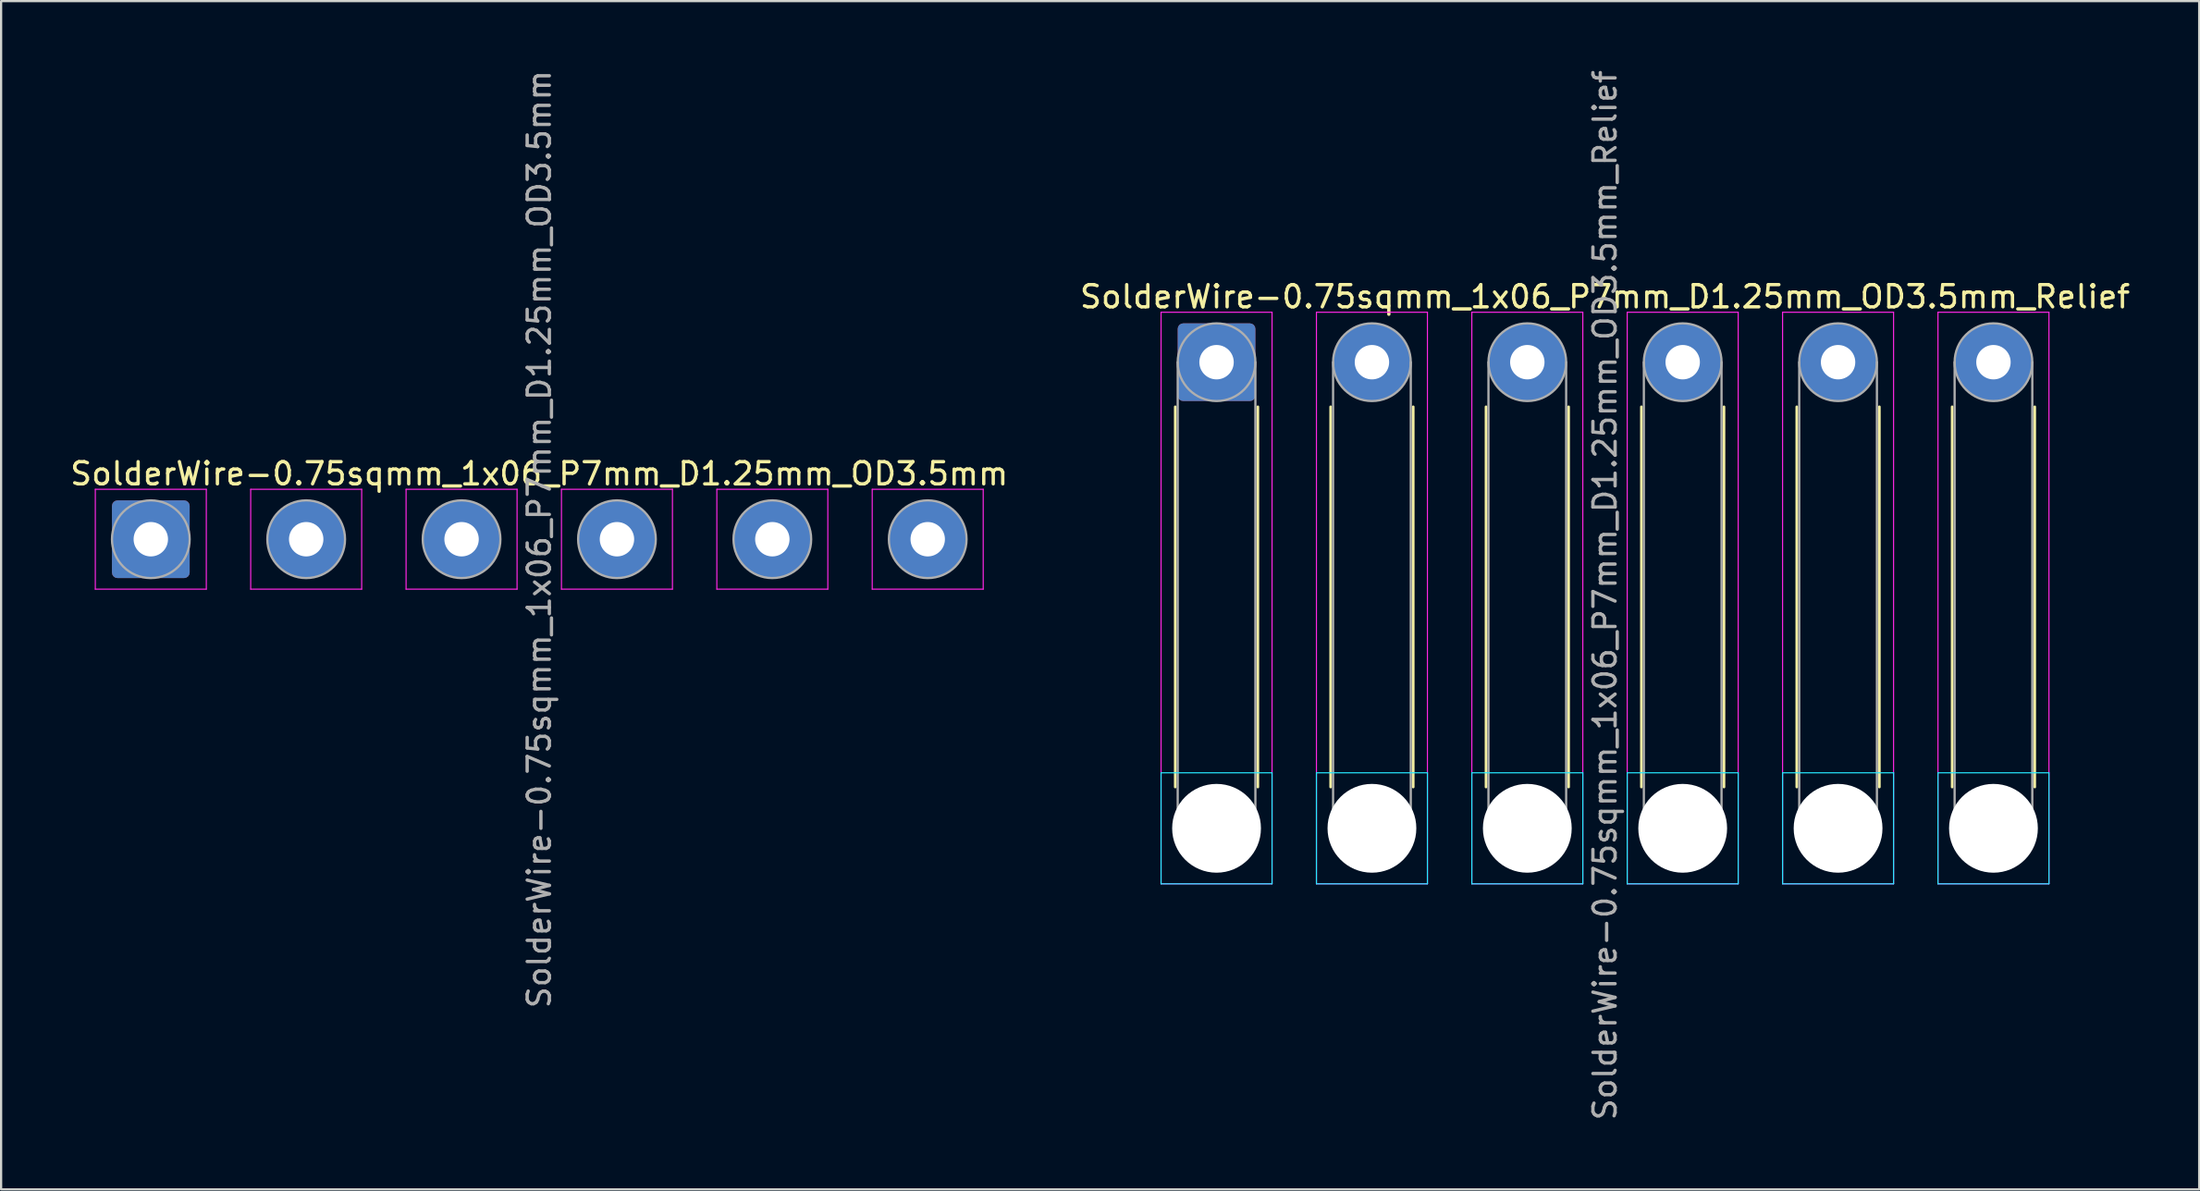
<source format=kicad_pcb>
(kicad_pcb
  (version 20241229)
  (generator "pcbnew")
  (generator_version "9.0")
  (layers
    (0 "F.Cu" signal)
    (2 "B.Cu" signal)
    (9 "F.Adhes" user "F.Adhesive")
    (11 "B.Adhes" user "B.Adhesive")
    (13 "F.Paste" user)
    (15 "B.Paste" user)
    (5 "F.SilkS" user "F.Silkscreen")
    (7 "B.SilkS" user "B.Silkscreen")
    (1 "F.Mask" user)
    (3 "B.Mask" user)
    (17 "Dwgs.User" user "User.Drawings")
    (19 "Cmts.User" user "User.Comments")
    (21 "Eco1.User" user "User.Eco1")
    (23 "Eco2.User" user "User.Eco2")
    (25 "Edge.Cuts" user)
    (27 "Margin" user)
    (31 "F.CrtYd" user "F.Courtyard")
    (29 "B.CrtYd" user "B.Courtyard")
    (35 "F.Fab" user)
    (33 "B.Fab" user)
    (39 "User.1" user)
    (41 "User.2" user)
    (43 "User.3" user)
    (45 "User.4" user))
  (footprint "SolderWire-0.75sqmm_1x06_P7mm_D1.25mm_OD3.5mm"
    (layer "F.Cu")
    (at 3.744 21.244)
    (property "Reference" "SolderWire-0.75sqmm_1x06_P7mm_D1.25mm_OD3.5mm" (at 17.5 -2.95 0) (layer "F.SilkS") (effects (font (size 1 1) (thickness 0.15))))
    (attr exclude_from_pos_files exclude_from_bom)
    (fp_line (start -2.5 -2.25) (end -2.5 2.25) (stroke (width 0.05) (type solid)) (layer "F.CrtYd"))
    (fp_line (start -2.5 2.25) (end 2.5 2.25) (stroke (width 0.05) (type solid)) (layer "F.CrtYd"))
    (fp_line (start 2.5 -2.25) (end -2.5 -2.25) (stroke (width 0.05) (type solid)) (layer "F.CrtYd"))
    (fp_line (start 2.5 2.25) (end 2.5 -2.25) (stroke (width 0.05) (type solid)) (layer "F.CrtYd"))
    (fp_line (start 4.5 -2.25) (end 4.5 2.25) (stroke (width 0.05) (type solid)) (layer "F.CrtYd"))
    (fp_line (start 4.5 2.25) (end 9.5 2.25) (stroke (width 0.05) (type solid)) (layer "F.CrtYd"))
    (fp_line (start 9.5 -2.25) (end 4.5 -2.25) (stroke (width 0.05) (type solid)) (layer "F.CrtYd"))
    (fp_line (start 9.5 2.25) (end 9.5 -2.25) (stroke (width 0.05) (type solid)) (layer "F.CrtYd"))
    (fp_line (start 11.5 -2.25) (end 11.5 2.25) (stroke (width 0.05) (type solid)) (layer "F.CrtYd"))
    (fp_line (start 11.5 2.25) (end 16.5 2.25) (stroke (width 0.05) (type solid)) (layer "F.CrtYd"))
    (fp_line (start 16.5 -2.25) (end 11.5 -2.25) (stroke (width 0.05) (type solid)) (layer "F.CrtYd"))
    (fp_line (start 16.5 2.25) (end 16.5 -2.25) (stroke (width 0.05) (type solid)) (layer "F.CrtYd"))
    (fp_line (start 18.5 -2.25) (end 18.5 2.25) (stroke (width 0.05) (type solid)) (layer "F.CrtYd"))
    (fp_line (start 18.5 2.25) (end 23.5 2.25) (stroke (width 0.05) (type solid)) (layer "F.CrtYd"))
    (fp_line (start 23.5 -2.25) (end 18.5 -2.25) (stroke (width 0.05) (type solid)) (layer "F.CrtYd"))
    (fp_line (start 23.5 2.25) (end 23.5 -2.25) (stroke (width 0.05) (type solid)) (layer "F.CrtYd"))
    (fp_line (start 25.5 -2.25) (end 25.5 2.25) (stroke (width 0.05) (type solid)) (layer "F.CrtYd"))
    (fp_line (start 25.5 2.25) (end 30.5 2.25) (stroke (width 0.05) (type solid)) (layer "F.CrtYd"))
    (fp_line (start 30.5 -2.25) (end 25.5 -2.25) (stroke (width 0.05) (type solid)) (layer "F.CrtYd"))
    (fp_line (start 30.5 2.25) (end 30.5 -2.25) (stroke (width 0.05) (type solid)) (layer "F.CrtYd"))
    (fp_line (start 32.5 -2.25) (end 32.5 2.25) (stroke (width 0.05) (type solid)) (layer "F.CrtYd"))
    (fp_line (start 32.5 2.25) (end 37.5 2.25) (stroke (width 0.05) (type solid)) (layer "F.CrtYd"))
    (fp_line (start 37.5 -2.25) (end 32.5 -2.25) (stroke (width 0.05) (type solid)) (layer "F.CrtYd"))
    (fp_line (start 37.5 2.25) (end 37.5 -2.25) (stroke (width 0.05) (type solid)) (layer "F.CrtYd"))
    (fp_circle (center 0 0) (end 1.75 0) (stroke (width 0.1) (type solid)) (fill no) (layer "F.Fab"))
    (fp_circle (center 7 0) (end 8.75 0) (stroke (width 0.1) (type solid)) (fill no) (layer "F.Fab"))
    (fp_circle (center 14 0) (end 15.75 0) (stroke (width 0.1) (type solid)) (fill no) (layer "F.Fab"))
    (fp_circle (center 21 0) (end 22.75 0) (stroke (width 0.1) (type solid)) (fill no) (layer "F.Fab"))
    (fp_circle (center 28 0) (end 29.75 0) (stroke (width 0.1) (type solid)) (fill no) (layer "F.Fab"))
    (fp_circle (center 35 0) (end 36.75 0) (stroke (width 0.1) (type solid)) (fill no) (layer "F.Fab"))
    (fp_text user "${REFERENCE}" (at 17.5 0 90) (layer "F.Fab") (effects (font (size 1 1) (thickness 0.15))))
    (pad "1" thru_hole roundrect (at 0 0) (size 3.5 3.5) (drill 1.55) (layers "*.Cu" "*.Mask") (roundrect_rratio 0.071))
    (pad "2" thru_hole circle (at 7 0) (size 3.5 3.5) (drill 1.55) (layers "*.Cu" "*.Mask"))
    (pad "3" thru_hole circle (at 14 0) (size 3.5 3.5) (drill 1.55) (layers "*.Cu" "*.Mask"))
    (pad "4" thru_hole circle (at 21 0) (size 3.5 3.5) (drill 1.55) (layers "*.Cu" "*.Mask"))
    (pad "5" thru_hole circle (at 28 0) (size 3.5 3.5) (drill 1.55) (layers "*.Cu" "*.Mask"))
    (pad "6" thru_hole circle (at 35 0) (size 3.5 3.5) (drill 1.55) (layers "*.Cu" "*.Mask")))
  (footprint "SolderWire-0.75sqmm_1x06_P7mm_D1.25mm_OD3.5mm_Relief"
    (layer "F.Cu")
    (at 51.756 13.268)
    (property "Reference" "SolderWire-0.75sqmm_1x06_P7mm_D1.25mm_OD3.5mm_Relief" (at 17.5 -2.95 0) (layer "F.SilkS") (effects (font (size 1 1) (thickness 0.15))))
    (attr exclude_from_pos_files exclude_from_bom)
    (fp_line (start -1.86 2.01) (end -1.86 19.14) (stroke (width 0.12) (type solid)) (layer "F.SilkS"))
    (fp_line (start 1.86 2.01) (end 1.86 19.14) (stroke (width 0.12) (type solid)) (layer "F.SilkS"))
    (fp_line (start 5.14 2.01) (end 5.14 19.14) (stroke (width 0.12) (type solid)) (layer "F.SilkS"))
    (fp_line (start 8.86 2.01) (end 8.86 19.14) (stroke (width 0.12) (type solid)) (layer "F.SilkS"))
    (fp_line (start 12.14 2.01) (end 12.14 19.14) (stroke (width 0.12) (type solid)) (layer "F.SilkS"))
    (fp_line (start 15.86 2.01) (end 15.86 19.14) (stroke (width 0.12) (type solid)) (layer "F.SilkS"))
    (fp_line (start 19.14 2.01) (end 19.14 19.14) (stroke (width 0.12) (type solid)) (layer "F.SilkS"))
    (fp_line (start 22.86 2.01) (end 22.86 19.14) (stroke (width 0.12) (type solid)) (layer "F.SilkS"))
    (fp_line (start 26.14 2.01) (end 26.14 19.14) (stroke (width 0.12) (type solid)) (layer "F.SilkS"))
    (fp_line (start 29.86 2.01) (end 29.86 19.14) (stroke (width 0.12) (type solid)) (layer "F.SilkS"))
    (fp_line (start 33.14 2.01) (end 33.14 19.14) (stroke (width 0.12) (type solid)) (layer "F.SilkS"))
    (fp_line (start 36.86 2.01) (end 36.86 19.14) (stroke (width 0.12) (type solid)) (layer "F.SilkS"))
    (fp_line (start -2.5 18.5) (end -2.5 23.5) (stroke (width 0.05) (type solid)) (layer "B.CrtYd"))
    (fp_line (start -2.5 23.5) (end 2.5 23.5) (stroke (width 0.05) (type solid)) (layer "B.CrtYd"))
    (fp_line (start 2.5 18.5) (end -2.5 18.5) (stroke (width 0.05) (type solid)) (layer "B.CrtYd"))
    (fp_line (start 2.5 23.5) (end 2.5 18.5) (stroke (width 0.05) (type solid)) (layer "B.CrtYd"))
    (fp_line (start 4.5 18.5) (end 4.5 23.5) (stroke (width 0.05) (type solid)) (layer "B.CrtYd"))
    (fp_line (start 4.5 23.5) (end 9.5 23.5) (stroke (width 0.05) (type solid)) (layer "B.CrtYd"))
    (fp_line (start 9.5 18.5) (end 4.5 18.5) (stroke (width 0.05) (type solid)) (layer "B.CrtYd"))
    (fp_line (start 9.5 23.5) (end 9.5 18.5) (stroke (width 0.05) (type solid)) (layer "B.CrtYd"))
    (fp_line (start 11.5 18.5) (end 11.5 23.5) (stroke (width 0.05) (type solid)) (layer "B.CrtYd"))
    (fp_line (start 11.5 23.5) (end 16.5 23.5) (stroke (width 0.05) (type solid)) (layer "B.CrtYd"))
    (fp_line (start 16.5 18.5) (end 11.5 18.5) (stroke (width 0.05) (type solid)) (layer "B.CrtYd"))
    (fp_line (start 16.5 23.5) (end 16.5 18.5) (stroke (width 0.05) (type solid)) (layer "B.CrtYd"))
    (fp_line (start 18.5 18.5) (end 18.5 23.5) (stroke (width 0.05) (type solid)) (layer "B.CrtYd"))
    (fp_line (start 18.5 23.5) (end 23.5 23.5) (stroke (width 0.05) (type solid)) (layer "B.CrtYd"))
    (fp_line (start 23.5 18.5) (end 18.5 18.5) (stroke (width 0.05) (type solid)) (layer "B.CrtYd"))
    (fp_line (start 23.5 23.5) (end 23.5 18.5) (stroke (width 0.05) (type solid)) (layer "B.CrtYd"))
    (fp_line (start 25.5 18.5) (end 25.5 23.5) (stroke (width 0.05) (type solid)) (layer "B.CrtYd"))
    (fp_line (start 25.5 23.5) (end 30.5 23.5) (stroke (width 0.05) (type solid)) (layer "B.CrtYd"))
    (fp_line (start 30.5 18.5) (end 25.5 18.5) (stroke (width 0.05) (type solid)) (layer "B.CrtYd"))
    (fp_line (start 30.5 23.5) (end 30.5 18.5) (stroke (width 0.05) (type solid)) (layer "B.CrtYd"))
    (fp_line (start 32.5 18.5) (end 32.5 23.5) (stroke (width 0.05) (type solid)) (layer "B.CrtYd"))
    (fp_line (start 32.5 23.5) (end 37.5 23.5) (stroke (width 0.05) (type solid)) (layer "B.CrtYd"))
    (fp_line (start 37.5 18.5) (end 32.5 18.5) (stroke (width 0.05) (type solid)) (layer "B.CrtYd"))
    (fp_line (start 37.5 23.5) (end 37.5 18.5) (stroke (width 0.05) (type solid)) (layer "B.CrtYd"))
    (fp_line (start -2.5 -2.25) (end -2.5 23.5) (stroke (width 0.05) (type solid)) (layer "F.CrtYd"))
    (fp_line (start -2.5 23.5) (end 2.5 23.5) (stroke (width 0.05) (type solid)) (layer "F.CrtYd"))
    (fp_line (start 2.5 -2.25) (end -2.5 -2.25) (stroke (width 0.05) (type solid)) (layer "F.CrtYd"))
    (fp_line (start 2.5 23.5) (end 2.5 -2.25) (stroke (width 0.05) (type solid)) (layer "F.CrtYd"))
    (fp_line (start 4.5 -2.25) (end 4.5 23.5) (stroke (width 0.05) (type solid)) (layer "F.CrtYd"))
    (fp_line (start 4.5 23.5) (end 9.5 23.5) (stroke (width 0.05) (type solid)) (layer "F.CrtYd"))
    (fp_line (start 9.5 -2.25) (end 4.5 -2.25) (stroke (width 0.05) (type solid)) (layer "F.CrtYd"))
    (fp_line (start 9.5 23.5) (end 9.5 -2.25) (stroke (width 0.05) (type solid)) (layer "F.CrtYd"))
    (fp_line (start 11.5 -2.25) (end 11.5 23.5) (stroke (width 0.05) (type solid)) (layer "F.CrtYd"))
    (fp_line (start 11.5 23.5) (end 16.5 23.5) (stroke (width 0.05) (type solid)) (layer "F.CrtYd"))
    (fp_line (start 16.5 -2.25) (end 11.5 -2.25) (stroke (width 0.05) (type solid)) (layer "F.CrtYd"))
    (fp_line (start 16.5 23.5) (end 16.5 -2.25) (stroke (width 0.05) (type solid)) (layer "F.CrtYd"))
    (fp_line (start 18.5 -2.25) (end 18.5 23.5) (stroke (width 0.05) (type solid)) (layer "F.CrtYd"))
    (fp_line (start 18.5 23.5) (end 23.5 23.5) (stroke (width 0.05) (type solid)) (layer "F.CrtYd"))
    (fp_line (start 23.5 -2.25) (end 18.5 -2.25) (stroke (width 0.05) (type solid)) (layer "F.CrtYd"))
    (fp_line (start 23.5 23.5) (end 23.5 -2.25) (stroke (width 0.05) (type solid)) (layer "F.CrtYd"))
    (fp_line (start 25.5 -2.25) (end 25.5 23.5) (stroke (width 0.05) (type solid)) (layer "F.CrtYd"))
    (fp_line (start 25.5 23.5) (end 30.5 23.5) (stroke (width 0.05) (type solid)) (layer "F.CrtYd"))
    (fp_line (start 30.5 -2.25) (end 25.5 -2.25) (stroke (width 0.05) (type solid)) (layer "F.CrtYd"))
    (fp_line (start 30.5 23.5) (end 30.5 -2.25) (stroke (width 0.05) (type solid)) (layer "F.CrtYd"))
    (fp_line (start 32.5 -2.25) (end 32.5 23.5) (stroke (width 0.05) (type solid)) (layer "F.CrtYd"))
    (fp_line (start 32.5 23.5) (end 37.5 23.5) (stroke (width 0.05) (type solid)) (layer "F.CrtYd"))
    (fp_line (start 37.5 -2.25) (end 32.5 -2.25) (stroke (width 0.05) (type solid)) (layer "F.CrtYd"))
    (fp_line (start 37.5 23.5) (end 37.5 -2.25) (stroke (width 0.05) (type solid)) (layer "F.CrtYd"))
    (fp_line (start -1.75 0) (end -1.75 21) (stroke (width 0.1) (type solid)) (layer "F.Fab"))
    (fp_line (start 1.75 0) (end 1.75 21) (stroke (width 0.1) (type solid)) (layer "F.Fab"))
    (fp_line (start 5.25 0) (end 5.25 21) (stroke (width 0.1) (type solid)) (layer "F.Fab"))
    (fp_line (start 8.75 0) (end 8.75 21) (stroke (width 0.1) (type solid)) (layer "F.Fab"))
    (fp_line (start 12.25 0) (end 12.25 21) (stroke (width 0.1) (type solid)) (layer "F.Fab"))
    (fp_line (start 15.75 0) (end 15.75 21) (stroke (width 0.1) (type solid)) (layer "F.Fab"))
    (fp_line (start 19.25 0) (end 19.25 21) (stroke (width 0.1) (type solid)) (layer "F.Fab"))
    (fp_line (start 22.75 0) (end 22.75 21) (stroke (width 0.1) (type solid)) (layer "F.Fab"))
    (fp_line (start 26.25 0) (end 26.25 21) (stroke (width 0.1) (type solid)) (layer "F.Fab"))
    (fp_line (start 29.75 0) (end 29.75 21) (stroke (width 0.1) (type solid)) (layer "F.Fab"))
    (fp_line (start 33.25 0) (end 33.25 21) (stroke (width 0.1) (type solid)) (layer "F.Fab"))
    (fp_line (start 36.75 0) (end 36.75 21) (stroke (width 0.1) (type solid)) (layer "F.Fab"))
    (fp_circle (center 0 0) (end 1.75 0) (stroke (width 0.1) (type solid)) (fill no) (layer "F.Fab"))
    (fp_circle (center 0 21) (end 1.75 21) (stroke (width 0.1) (type solid)) (fill no) (layer "F.Fab"))
    (fp_circle (center 7 0) (end 8.75 0) (stroke (width 0.1) (type solid)) (fill no) (layer "F.Fab"))
    (fp_circle (center 7 21) (end 8.75 21) (stroke (width 0.1) (type solid)) (fill no) (layer "F.Fab"))
    (fp_circle (center 14 0) (end 15.75 0) (stroke (width 0.1) (type solid)) (fill no) (layer "F.Fab"))
    (fp_circle (center 14 21) (end 15.75 21) (stroke (width 0.1) (type solid)) (fill no) (layer "F.Fab"))
    (fp_circle (center 21 0) (end 22.75 0) (stroke (width 0.1) (type solid)) (fill no) (layer "F.Fab"))
    (fp_circle (center 21 21) (end 22.75 21) (stroke (width 0.1) (type solid)) (fill no) (layer "F.Fab"))
    (fp_circle (center 28 0) (end 29.75 0) (stroke (width 0.1) (type solid)) (fill no) (layer "F.Fab"))
    (fp_circle (center 28 21) (end 29.75 21) (stroke (width 0.1) (type solid)) (fill no) (layer "F.Fab"))
    (fp_circle (center 35 0) (end 36.75 0) (stroke (width 0.1) (type solid)) (fill no) (layer "F.Fab"))
    (fp_circle (center 35 21) (end 36.75 21) (stroke (width 0.1) (type solid)) (fill no) (layer "F.Fab"))
    (fp_text user "${REFERENCE}" (at 17.5 10.5 90) (layer "F.Fab") (effects (font (size 1 1) (thickness 0.15))))
    (pad "" np_thru_hole circle (at 0 21) (size 4 4) (drill 4) (layers "*.Cu" "*.Mask"))
    (pad "" np_thru_hole circle (at 7 21) (size 4 4) (drill 4) (layers "*.Cu" "*.Mask"))
    (pad "" np_thru_hole circle (at 14 21) (size 4 4) (drill 4) (layers "*.Cu" "*.Mask"))
    (pad "" np_thru_hole circle (at 21 21) (size 4 4) (drill 4) (layers "*.Cu" "*.Mask"))
    (pad "" np_thru_hole circle (at 28 21) (size 4 4) (drill 4) (layers "*.Cu" "*.Mask"))
    (pad "" np_thru_hole circle (at 35 21) (size 4 4) (drill 4) (layers "*.Cu" "*.Mask"))
    (pad "1" thru_hole roundrect (at 0 0) (size 3.5 3.5) (drill 1.55) (layers "*.Cu" "*.Mask") (roundrect_rratio 0.071))
    (pad "2" thru_hole circle (at 7 0) (size 3.5 3.5) (drill 1.55) (layers "*.Cu" "*.Mask"))
    (pad "3" thru_hole circle (at 14 0) (size 3.5 3.5) (drill 1.55) (layers "*.Cu" "*.Mask"))
    (pad "4" thru_hole circle (at 21 0) (size 3.5 3.5) (drill 1.55) (layers "*.Cu" "*.Mask"))
    (pad "5" thru_hole circle (at 28 0) (size 3.5 3.5) (drill 1.55) (layers "*.Cu" "*.Mask"))
    (pad "6" thru_hole circle (at 35 0) (size 3.5 3.5) (drill 1.55) (layers "*.Cu" "*.Mask")))
  (gr_rect
    (start -3 -3)
    (end 96.024 50.536)
    (stroke (width 0.1) (type default))
    (fill no)
    (layer "Edge.Cuts")))
</source>
